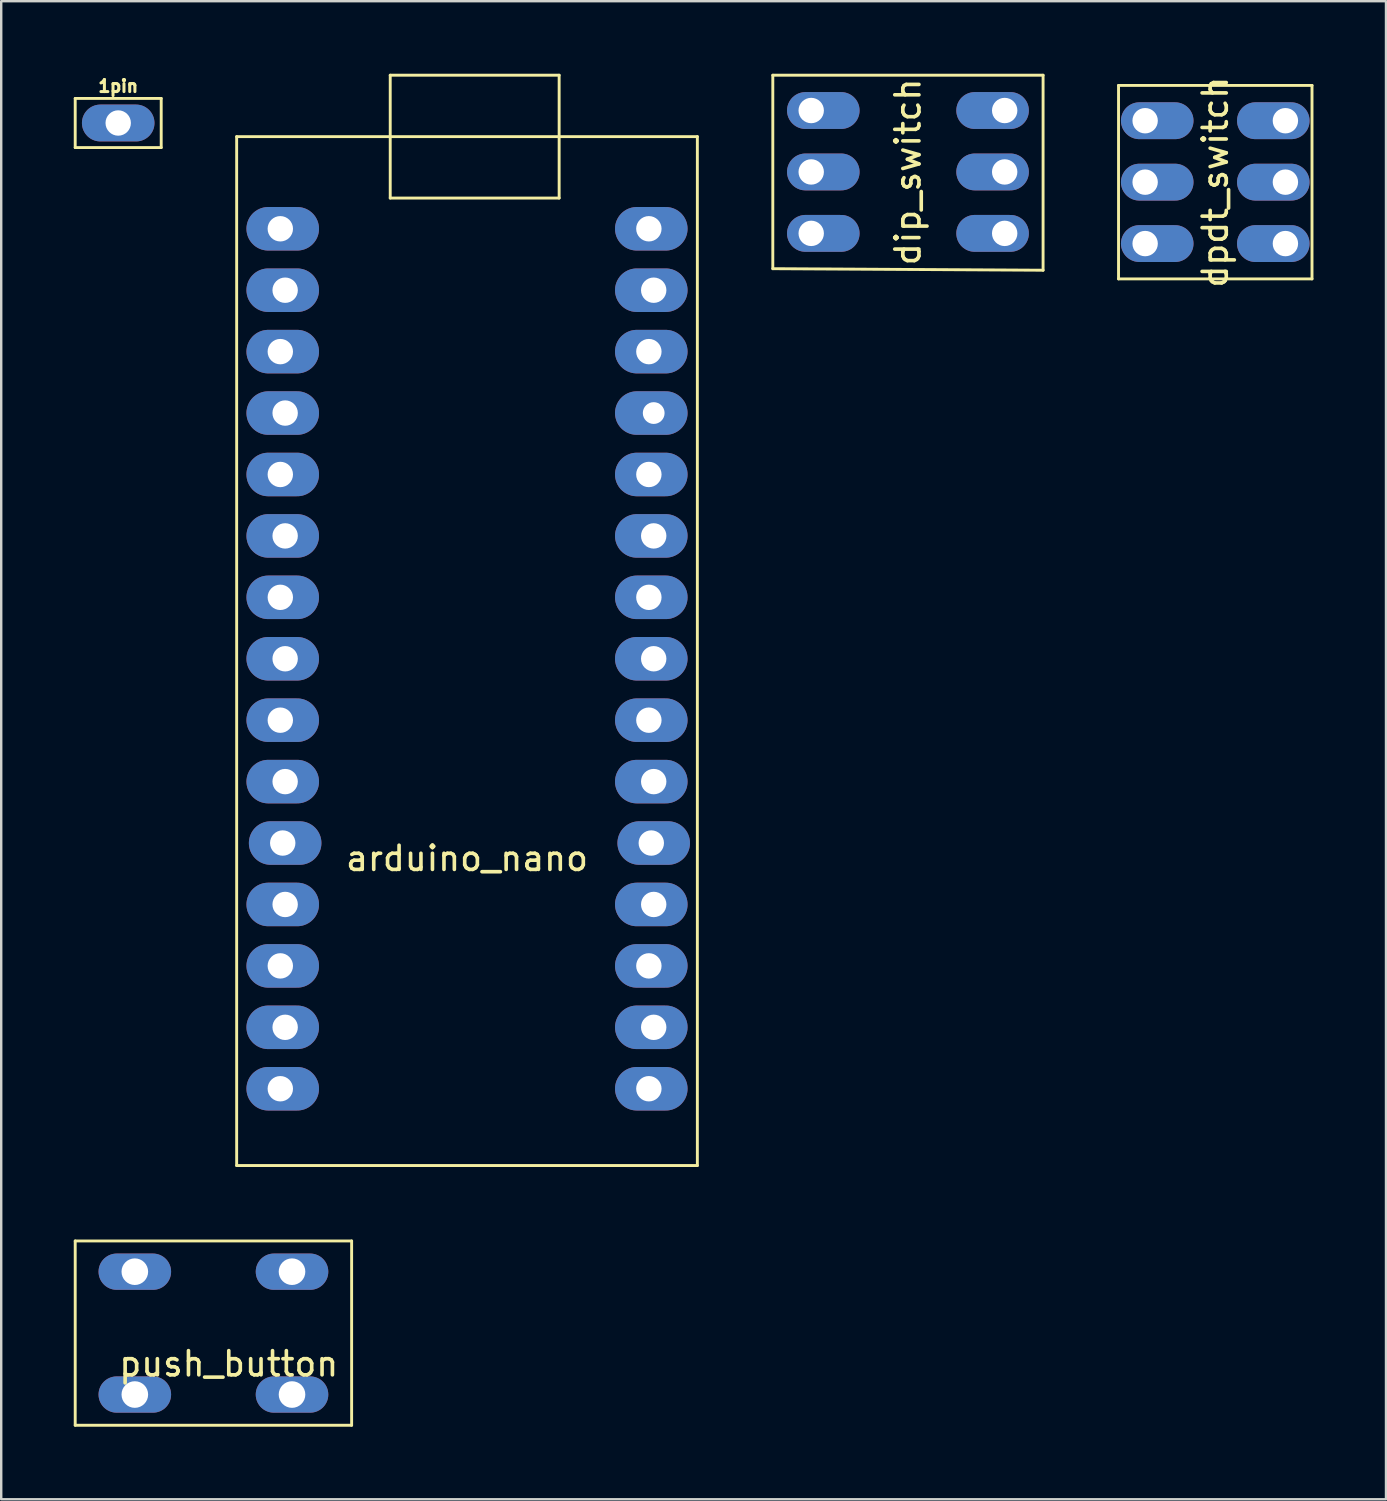
<source format=kicad_pcb>
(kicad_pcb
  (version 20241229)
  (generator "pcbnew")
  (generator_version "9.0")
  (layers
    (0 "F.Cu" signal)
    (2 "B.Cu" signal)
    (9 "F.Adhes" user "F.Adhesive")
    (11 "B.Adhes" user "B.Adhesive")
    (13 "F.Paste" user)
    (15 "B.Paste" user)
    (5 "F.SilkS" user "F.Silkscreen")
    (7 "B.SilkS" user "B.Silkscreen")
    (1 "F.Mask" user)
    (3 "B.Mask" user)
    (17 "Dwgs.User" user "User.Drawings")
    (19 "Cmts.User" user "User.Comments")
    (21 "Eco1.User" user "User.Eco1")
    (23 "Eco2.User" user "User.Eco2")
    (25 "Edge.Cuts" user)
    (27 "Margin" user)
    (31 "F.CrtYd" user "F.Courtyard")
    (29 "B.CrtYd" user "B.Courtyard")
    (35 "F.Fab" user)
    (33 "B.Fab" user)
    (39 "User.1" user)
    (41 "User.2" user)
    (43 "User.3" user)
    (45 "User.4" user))
  (footprint "dip_switch"
    (layer "F.Cu")
    (at 34.494 4.06)
    (property "Reference" "dip_switch" (at 0 0 90) (layer "F.SilkS") (effects (font (size 1 1) (thickness 0.15))))
    (attr through_hole)
    (fp_line (start -5.588 -4) (end 5.588 -4) (stroke (width 0.12) (type solid)) (layer "F.SilkS"))
    (fp_line (start -5.588 4) (end -5.588 -4) (stroke (width 0.12) (type solid)) (layer "F.SilkS"))
    (fp_line (start 5.588 -4) (end 5.588 4.064) (stroke (width 0.12) (type solid)) (layer "F.SilkS"))
    (fp_line (start 5.588 4.064) (end -5.588 4) (stroke (width 0.12) (type solid)) (layer "F.SilkS"))
    (pad "1" thru_hole oval (at 4 2.54) (size 3 1.524) (drill 1.05 (offset -0.5 0)) (layers "*.Cu" "*.Mask"))
    (pad "2" thru_hole oval (at 4 0) (size 3 1.524) (drill 1.05 (offset -0.5 0)) (layers "*.Cu" "*.Mask"))
    (pad "3" thru_hole oval (at 4 -2.54) (size 3 1.524) (drill 1.05 (offset -0.5 0)) (layers "*.Cu" "*.Mask"))
    (pad "4" thru_hole oval (at -4 -2.54) (size 3 1.524) (drill 1.05 (offset 0.5 0)) (layers "*.Cu" "*.Mask"))
    (pad "5" thru_hole oval (at -4 0) (size 3 1.524) (drill 1.05 (offset 0.5 0)) (layers "*.Cu" "*.Mask"))
    (pad "6" thru_hole oval (at -4 2.54) (size 3 1.524) (drill 1.05 (offset 0.5 0)) (layers "*.Cu" "*.Mask")))
  (footprint "arduino_nano"
    (layer "F.Cu")
    (at 8.641 43.24)
    (property "Reference" "arduino_nano" (at 7.62 -10.795 180) (layer "F.SilkS") (effects (font (size 1 1) (thickness 0.15))))
    (attr through_hole)
    (fp_line (start -1.905 -40.64) (end 17.145 -40.64) (stroke (width 0.12) (type solid)) (layer "F.SilkS"))
    (fp_line (start -1.905 1.905) (end -1.905 -40.64) (stroke (width 0.12) (type solid)) (layer "F.SilkS"))
    (fp_line (start 4.445 -43.18) (end 11.43 -43.18) (stroke (width 0.12) (type solid)) (layer "F.SilkS"))
    (fp_line (start 4.445 -38.1) (end 4.445 -43.18) (stroke (width 0.12) (type solid)) (layer "F.SilkS"))
    (fp_line (start 11.43 -43.18) (end 11.43 -38.1) (stroke (width 0.12) (type solid)) (layer "F.SilkS"))
    (fp_line (start 11.43 -38.1) (end 4.445 -38.1) (stroke (width 0.12) (type solid)) (layer "F.SilkS"))
    (fp_line (start 17.145 -40.64) (end 17.145 1.905) (stroke (width 0.12) (type solid)) (layer "F.SilkS"))
    (fp_line (start 17.145 1.905) (end -1.905 1.905) (stroke (width 0.12) (type solid)) (layer "F.SilkS"))
    (pad "3v3" thru_hole oval (at 0.1 -34.29 90) (size 1.8 3) (drill 1.05 (offset 0 -0.1)) (layers "*.Cu" "*.Mask"))
    (pad "5V" thru_hole oval (at 0.1 -8.89 90) (size 1.8 3) (drill 1.05 (offset 0 -0.1)) (layers "*.Cu" "*.Mask"))
    (pad "GND" thru_hole oval (at 0.1 -3.81 90) (size 1.8 3) (drill 1.05 (offset 0 -0.1)) (layers "*.Cu" "*.Mask"))
    (pad "GND" thru_hole oval (at 15.34 -8.89 90) (size 1.8 3) (drill 1.05 (offset 0 -0.1)) (layers "*.Cu" "*.Mask"))
    (pad "REF" thru_hole oval (at -0.1 -31.75 90) (size 1.8 3) (drill 1.05 (offset 0 0.1)) (layers "*.Cu" "*.Mask"))
    (pad "RST" thru_hole oval (at -0.1 -6.35 90) (size 1.8 3) (drill 1.05 (offset 0 0.1)) (layers "*.Cu" "*.Mask"))
    (pad "RST" thru_hole oval (at 15.14 -6.35 90) (size 1.8 3) (drill 1.05 (offset 0 0.1)) (layers "*.Cu" "*.Mask"))
    (pad "RX" thru_hole oval (at 15.34 -3.81 90) (size 1.8 3) (drill 1.05 (offset 0 -0.1)) (layers "*.Cu" "*.Mask"))
    (pad "SCL" thru_hole oval (at -0.1 -16.51 90) (size 1.8 3) (drill 1.05 (offset 0 0.1)) (layers "*.Cu" "*.Mask"))
    (pad "SDA" thru_hole oval (at 0.1 -19.05 90) (size 1.8 3) (drill 1.05 (offset 0 -0.1)) (layers "*.Cu" "*.Mask"))
    (pad "TX" thru_hole oval (at 15.14 -1.27 90) (size 1.8 3) (drill 1.05 (offset 0 0.1)) (layers "*.Cu" "*.Mask"))
    (pad "VIN" thru_hole oval (at -0.1 -1.27 90) (size 1.8 3) (drill 1.05 (offset 0 0.1)) (layers "*.Cu" "*.Mask"))
    (pad "a0" thru_hole oval (at 0.1 -29.21 90) (size 1.8 3) (drill 1.05 (offset 0 -0.1)) (layers "*.Cu" "*.Mask"))
    (pad "a1" thru_hole oval (at -0.1 -26.67 90) (size 1.8 3) (drill 1.05 (offset 0 0.1)) (layers "*.Cu" "*.Mask"))
    (pad "a2" thru_hole oval (at 0.1 -24.13 90) (size 1.8 3) (drill 1.05 (offset 0 -0.1)) (layers "*.Cu" "*.Mask"))
    (pad "a3" thru_hole oval (at -0.1 -21.59 90) (size 1.8 3) (drill 1.05 (offset 0 0.1)) (layers "*.Cu" "*.Mask"))
    (pad "a6" thru_hole oval (at 0.1 -13.97 90) (size 1.8 3) (drill 1.05 (offset 0 -0.1)) (layers "*.Cu" "*.Mask"))
    (pad "a7" thru_hole oval (at 0 -11.43 90) (size 1.8 3) (drill 1.05 (offset 0 0.1)) (layers "*.Cu" "*.Mask"))
    (pad "d2" thru_hole oval (at 15.24 -11.43 90) (size 1.8 3) (drill 1.05 (offset 0 0.1)) (layers "*.Cu" "*.Mask"))
    (pad "d3" thru_hole oval (at 15.34 -13.97 90) (size 1.8 3) (drill 1.05 (offset 0 -0.1)) (layers "*.Cu" "*.Mask"))
    (pad "d4" thru_hole oval (at 15.14 -16.51 90) (size 1.8 3) (drill 1.05 (offset 0 0.1)) (layers "*.Cu" "*.Mask"))
    (pad "d5" thru_hole oval (at 15.34 -19.05 90) (size 1.8 3) (drill 1.05 (offset 0 -0.1)) (layers "*.Cu" "*.Mask"))
    (pad "d6" thru_hole oval (at 15.14 -21.59 90) (size 1.8 3) (drill 1.05 (offset 0 0.1)) (layers "*.Cu" "*.Mask"))
    (pad "d7" thru_hole oval (at 15.34 -24.13 90) (size 1.8 3) (drill 1.05 (offset 0 -0.1)) (layers "*.Cu" "*.Mask"))
    (pad "d8" thru_hole oval (at 15.14 -26.67 90) (size 1.8 3) (drill 1.05 (offset 0 0.1)) (layers "*.Cu" "*.Mask"))
    (pad "d9" thru_hole oval (at 15.34 -29.21 90) (size 1.8 3) (drill 0.9 (offset 0 -0.1)) (layers "*.Cu" "*.Mask"))
    (pad "d10" thru_hole oval (at 15.14 -31.75 90) (size 1.8 3) (drill 1.05 (offset 0 0.1)) (layers "*.Cu" "*.Mask"))
    (pad "d11" thru_hole oval (at 15.34 -34.29 90) (size 1.8 3) (drill 1.05 (offset 0 -0.1)) (layers "*.Cu" "*.Mask"))
    (pad "d12" thru_hole oval (at 15.14 -36.83 90) (size 1.8 3) (drill 1.05 (offset 0 0.1)) (layers "*.Cu" "*.Mask"))
    (pad "d13" thru_hole oval (at -0.1 -36.83 90) (size 1.8 3) (drill 1.05 (offset 0 0.1)) (layers "*.Cu" "*.Mask")))
  (footprint "1pin"
    (layer "F.Cu")
    (at 1.838 2.036)
    (property "Reference" "1pin" (at 0 -1.524 0) (layer "F.SilkS") (effects (font (size 0.5 0.5) (thickness 0.125))))
    (attr through_hole)
    (fp_line (start -1.778 -1.016) (end 1.778 -1.016) (stroke (width 0.12) (type solid)) (layer "F.SilkS"))
    (fp_line (start -1.778 1.016) (end -1.778 -1.016) (stroke (width 0.12) (type solid)) (layer "F.SilkS"))
    (fp_line (start 1.778 -1.016) (end 1.778 1.016) (stroke (width 0.12) (type solid)) (layer "F.SilkS"))
    (fp_line (start 1.778 1.016) (end -1.778 1.016) (stroke (width 0.12) (type solid)) (layer "F.SilkS"))
    (pad "1" thru_hole oval (at 0 0) (size 3 1.524) (drill 1.05) (layers "*.Cu" "*.Mask")))
  (footprint "dpdt_switch"
    (layer "F.Cu")
    (at 47.202 4.482)
    (property "Reference" "dpdt_switch" (at 0 0 90) (layer "F.SilkS") (effects (font (size 1 1) (thickness 0.15))))
    (attr through_hole)
    (fp_line (start -4 -4) (end 4 -4) (stroke (width 0.12) (type solid)) (layer "F.SilkS"))
    (fp_line (start -4 4) (end -4 -4) (stroke (width 0.12) (type solid)) (layer "F.SilkS"))
    (fp_line (start 4 -4) (end 4 4) (stroke (width 0.12) (type solid)) (layer "F.SilkS"))
    (fp_line (start 4 4) (end -4 4) (stroke (width 0.12) (type solid)) (layer "F.SilkS"))
    (pad "1" thru_hole oval (at 2.9 2.54) (size 3 1.524) (drill 1.05 (offset -0.5 0)) (layers "*.Cu" "*.Mask"))
    (pad "2" thru_hole oval (at 2.9 -2.54) (size 3 1.524) (drill 1.05 (offset -0.5 0)) (layers "*.Cu" "*.Mask"))
    (pad "3" thru_hole oval (at 2.9 0) (size 3 1.524) (drill 1.05 (offset -0.5 0)) (layers "*.Cu" "*.Mask"))
    (pad "4" thru_hole oval (at -2.9 -2.54) (size 3 1.524) (drill 1.05 (offset 0.5 0)) (layers "*.Cu" "*.Mask"))
    (pad "5" thru_hole oval (at -2.9 2.54) (size 3 1.524) (drill 1.05 (offset 0.5 0)) (layers "*.Cu" "*.Mask"))
    (pad "6" thru_hole oval (at -2.9 0) (size 3 1.524) (drill 1.05 (offset 0.5 0)) (layers "*.Cu" "*.Mask")))
  (footprint "push_button"
    (layer "F.Cu")
    (at 5.775 52.075)
    (property "Reference" "push_button" (at 0.635 1.27 0) (layer "F.SilkS") (effects (font (size 1 1) (thickness 0.15))))
    (attr through_hole)
    (fp_line (start -5.715 -3.81) (end 5.715 -3.81) (stroke (width 0.12) (type solid)) (layer "F.SilkS"))
    (fp_line (start -5.715 3.81) (end -5.715 -3.81) (stroke (width 0.12) (type solid)) (layer "F.SilkS"))
    (fp_line (start 5.715 -3.81) (end 5.715 3.81) (stroke (width 0.12) (type solid)) (layer "F.SilkS"))
    (fp_line (start 5.715 3.81) (end -5.715 3.81) (stroke (width 0.12) (type solid)) (layer "F.SilkS"))
    (pad "1" thru_hole oval (at -3.25 -2.54) (size 3 1.5) (drill 1.1) (layers "*.Cu" "*.Mask"))
    (pad "2" thru_hole oval (at -3.25 2.54) (size 3 1.5) (drill 1.1) (layers "*.Cu" "*.Mask"))
    (pad "3" thru_hole oval (at 3.25 -2.54) (size 3 1.5) (drill 1.1) (layers "*.Cu" "*.Mask"))
    (pad "4" thru_hole oval (at 3.25 2.54) (size 3 1.5) (drill 1.1) (layers "*.Cu" "*.Mask")))
  (gr_rect
    (start -3 -3)
    (end 54.262 58.945)
    (stroke (width 0.1) (type default))
    (fill no)
    (layer "Edge.Cuts")))
</source>
